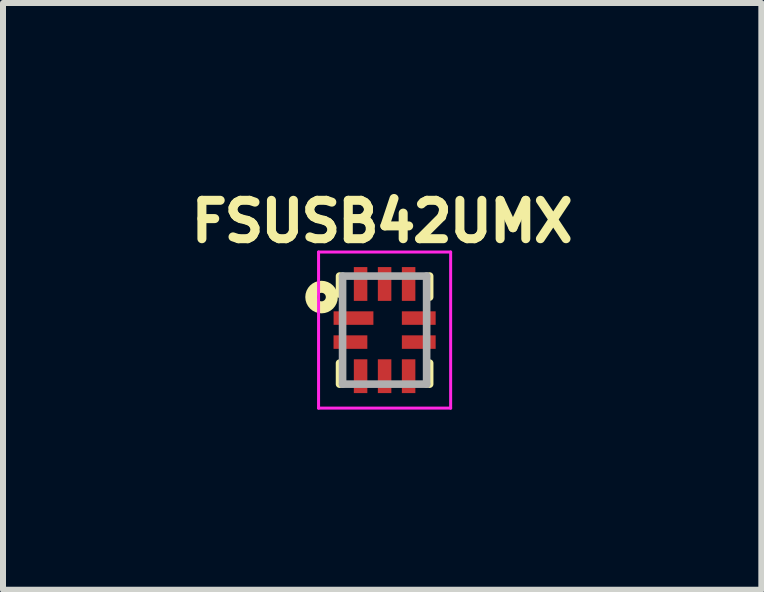
<source format=kicad_pcb>
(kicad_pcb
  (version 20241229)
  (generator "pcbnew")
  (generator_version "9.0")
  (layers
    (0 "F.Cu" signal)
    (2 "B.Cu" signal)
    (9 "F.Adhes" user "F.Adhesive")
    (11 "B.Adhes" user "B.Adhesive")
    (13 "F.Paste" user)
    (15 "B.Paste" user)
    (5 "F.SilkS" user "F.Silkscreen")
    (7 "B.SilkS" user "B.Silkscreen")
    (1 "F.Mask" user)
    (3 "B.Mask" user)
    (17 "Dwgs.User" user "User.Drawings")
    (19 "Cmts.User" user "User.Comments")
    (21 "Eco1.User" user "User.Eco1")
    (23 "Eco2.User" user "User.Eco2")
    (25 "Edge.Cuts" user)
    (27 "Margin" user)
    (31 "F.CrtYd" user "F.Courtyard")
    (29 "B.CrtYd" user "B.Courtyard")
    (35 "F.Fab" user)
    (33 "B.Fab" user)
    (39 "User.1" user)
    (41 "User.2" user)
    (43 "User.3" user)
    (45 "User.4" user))
  (footprint "FSUSB42UMX"
    (layer "F.Cu")
    (at 3.356 2.448)
    (property "Reference" "FSUSB42UMX" (at -0.041 -1.81 0) (layer "F.SilkS") (effects (font (size 0.64 0.64) (thickness 0.15))))
    (attr smd)
    (fp_line (start -0.75 -0.9) (end -0.75 -0.6) (stroke (width 0.127) (type solid)) (layer "F.SilkS"))
    (fp_line (start -0.75 0.55) (end -0.75 0.9) (stroke (width 0.127) (type solid)) (layer "F.SilkS"))
    (fp_line (start 0.75 -0.9) (end 0.75 -0.55) (stroke (width 0.127) (type solid)) (layer "F.SilkS"))
    (fp_line (start 0.75 0.55) (end 0.75 0.9) (stroke (width 0.127) (type solid)) (layer "F.SilkS"))
    (fp_circle (center -1.05 -0.55) (end -0.979 -0.55) (stroke (width 0.2) (type solid)) (fill no) (layer "F.SilkS"))
    (fp_line (start -1.1 -1.3) (end 1.1 -1.3) (stroke (width 0.05) (type solid)) (layer "F.CrtYd"))
    (fp_line (start -1.1 1.3) (end -1.1 -1.3) (stroke (width 0.05) (type solid)) (layer "F.CrtYd"))
    (fp_line (start 1.1 -1.3) (end 1.1 1.3) (stroke (width 0.05) (type solid)) (layer "F.CrtYd"))
    (fp_line (start 1.1 1.3) (end -1.1 1.3) (stroke (width 0.05) (type solid)) (layer "F.CrtYd"))
    (fp_line (start -0.7 -0.9) (end 0.7 -0.9) (stroke (width 0.127) (type solid)) (layer "F.Fab"))
    (fp_line (start -0.7 0.9) (end -0.7 -0.9) (stroke (width 0.127) (type solid)) (layer "F.Fab"))
    (fp_line (start 0.7 -0.9) (end 0.7 0.9) (stroke (width 0.127) (type solid)) (layer "F.Fab"))
    (fp_line (start 0.7 0.9) (end -0.7 0.9) (stroke (width 0.127) (type solid)) (layer "F.Fab"))
    (pad "1" smd rect (at -0.518 -0.2) (size 0.663 0.225) (layers "F.Cu" "F.Mask" "F.Paste"))
    (pad "2" smd rect (at -0.569 0.2) (size 0.563 0.225) (layers "F.Cu" "F.Mask" "F.Paste"))
    (pad "3" smd rect (at -0.4 0.768 90) (size 0.563 0.225) (layers "F.Cu" "F.Mask" "F.Paste"))
    (pad "4" smd rect (at 0 0.768 90) (size 0.563 0.225) (layers "F.Cu" "F.Mask" "F.Paste"))
    (pad "5" smd rect (at 0.4 0.768 90) (size 0.563 0.225) (layers "F.Cu" "F.Mask" "F.Paste"))
    (pad "6" smd rect (at 0.569 0.2 180) (size 0.563 0.225) (layers "F.Cu" "F.Mask" "F.Paste"))
    (pad "7" smd rect (at 0.569 -0.2 180) (size 0.563 0.225) (layers "F.Cu" "F.Mask" "F.Paste"))
    (pad "8" smd rect (at 0.4 -0.768 270) (size 0.563 0.225) (layers "F.Cu" "F.Mask" "F.Paste"))
    (pad "9" smd rect (at 0 -0.768 270) (size 0.563 0.225) (layers "F.Cu" "F.Mask" "F.Paste"))
    (pad "10" smd rect (at -0.4 -0.768 270) (size 0.563 0.225) (layers "F.Cu" "F.Mask" "F.Paste")))
  (gr_rect
    (start -3 -3)
    (end 9.631 6.773)
    (stroke (width 0.1) (type default))
    (fill no)
    (layer "Edge.Cuts")))
</source>
